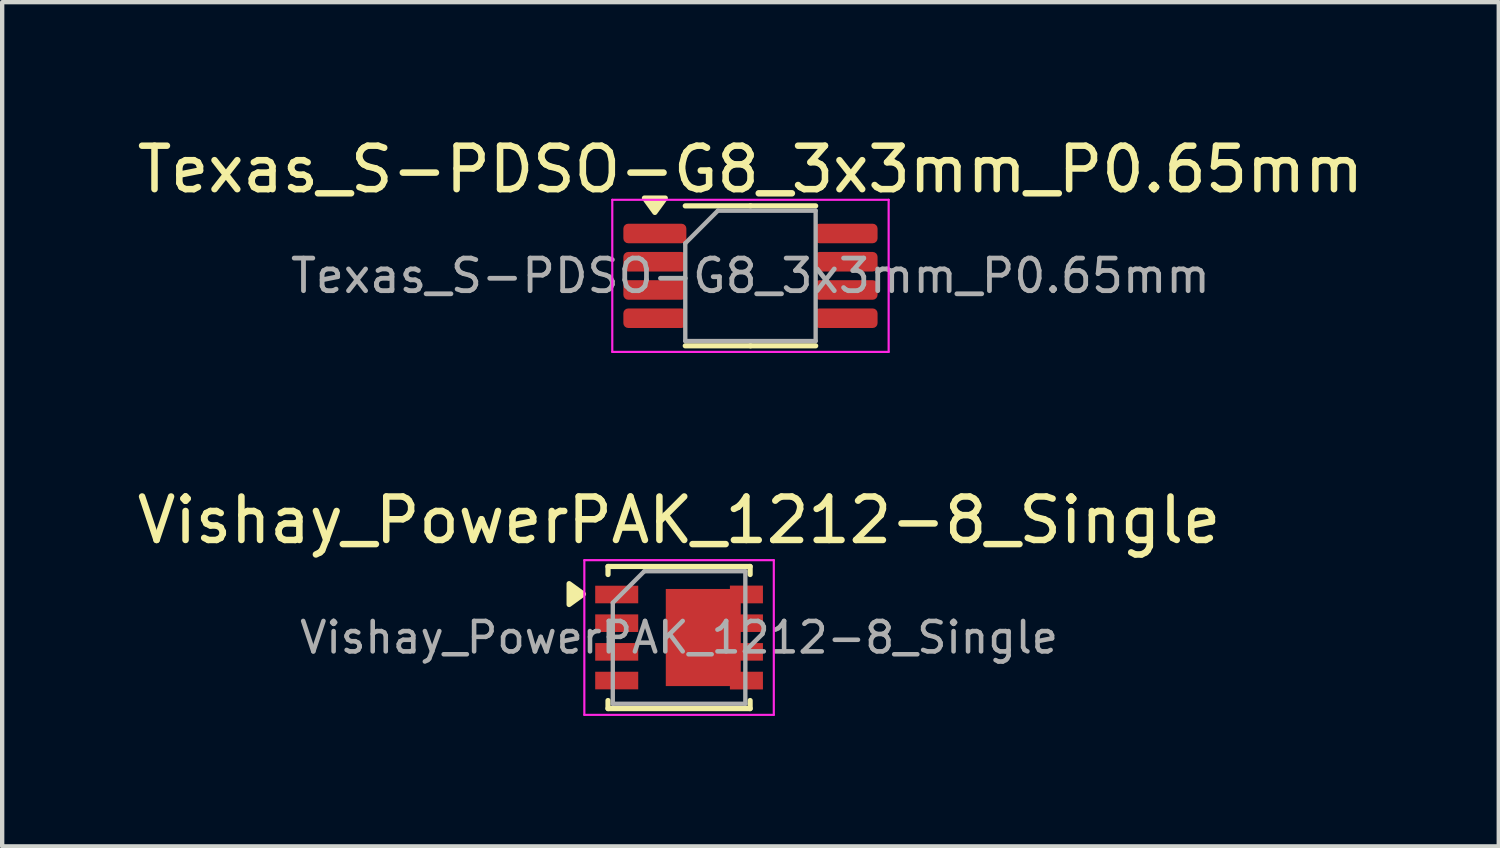
<source format=kicad_pcb>
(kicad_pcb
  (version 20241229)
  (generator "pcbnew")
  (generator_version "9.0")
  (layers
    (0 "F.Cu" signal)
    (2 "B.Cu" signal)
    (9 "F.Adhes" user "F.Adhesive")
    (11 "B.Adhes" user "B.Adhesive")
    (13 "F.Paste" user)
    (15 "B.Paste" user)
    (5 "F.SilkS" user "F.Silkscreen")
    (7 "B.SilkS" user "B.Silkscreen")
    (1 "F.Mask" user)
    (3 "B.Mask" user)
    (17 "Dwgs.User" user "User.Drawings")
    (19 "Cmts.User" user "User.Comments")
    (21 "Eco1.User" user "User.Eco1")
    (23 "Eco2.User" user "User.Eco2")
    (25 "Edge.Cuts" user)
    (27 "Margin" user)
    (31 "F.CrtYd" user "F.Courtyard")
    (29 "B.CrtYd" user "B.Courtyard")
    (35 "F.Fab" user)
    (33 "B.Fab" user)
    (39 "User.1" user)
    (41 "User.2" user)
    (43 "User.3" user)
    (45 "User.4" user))
  (footprint "Vishay_PowerPAK_1212-8_Single"
    (layer "F.Cu")
    (at 12.577 11.621)
    (property "Reference" "Vishay_PowerPAK_1212-8_Single" (at 0 -2.7 0) (layer "F.SilkS") (effects (font (size 1 1) (thickness 0.15))))
    (attr smd)
    (fp_line (start -1.635 -1.635) (end -1.635 -1.45) (stroke (width 0.12) (type solid)) (layer "F.SilkS"))
    (fp_line (start -1.635 -1.635) (end 1.635 -1.635) (stroke (width 0.12) (type solid)) (layer "F.SilkS"))
    (fp_line (start -1.635 1.45) (end -1.635 1.635) (stroke (width 0.12) (type solid)) (layer "F.SilkS"))
    (fp_line (start -1.635 1.635) (end 1.635 1.635) (stroke (width 0.12) (type solid)) (layer "F.SilkS"))
    (fp_line (start 1.635 -1.635) (end 1.635 -1.45) (stroke (width 0.12) (type solid)) (layer "F.SilkS"))
    (fp_line (start 1.635 1.45) (end 1.635 1.635) (stroke (width 0.12) (type solid)) (layer "F.SilkS"))
    (fp_poly (pts (xy -2.2 -1) (xy -2.53 -0.76) (xy -2.53 -1.24) (xy -2.2 -1)) (stroke (width 0.12) (type solid)) (fill yes) (layer "F.SilkS"))
    (fp_line (start -2.18 -1.78) (end -2.18 1.78) (stroke (width 0.05) (type solid)) (layer "F.CrtYd"))
    (fp_line (start -2.18 -1.78) (end 2.18 -1.78) (stroke (width 0.05) (type solid)) (layer "F.CrtYd"))
    (fp_line (start -2.18 1.78) (end 2.18 1.78) (stroke (width 0.05) (type solid)) (layer "F.CrtYd"))
    (fp_line (start 2.18 -1.78) (end 2.18 1.78) (stroke (width 0.05) (type solid)) (layer "F.CrtYd"))
    (fp_line (start -1.525 -0.8) (end -1.525 1.525) (stroke (width 0.1) (type solid)) (layer "F.Fab"))
    (fp_line (start -1.525 -0.8) (end -0.8 -1.525) (stroke (width 0.1) (type solid)) (layer "F.Fab"))
    (fp_line (start -1.525 1.525) (end 1.525 1.525) (stroke (width 0.1) (type solid)) (layer "F.Fab"))
    (fp_line (start -0.8 -1.525) (end 1.525 -1.525) (stroke (width 0.1) (type solid)) (layer "F.Fab"))
    (fp_line (start 1.525 -1.525) (end 1.525 1.525) (stroke (width 0.1) (type solid)) (layer "F.Fab"))
    (fp_text user "${REFERENCE}" (at 0 0 0) (layer "F.Fab") (effects (font (size 0.7 0.7) (thickness 0.105))))
    (pad "1" smd rect (at -1.435 -0.99) (size 0.99 0.405) (layers "F.Cu" "F.Mask" "F.Paste"))
    (pad "2" smd rect (at -1.435 -0.33) (size 0.99 0.405) (layers "F.Cu" "F.Mask" "F.Paste"))
    (pad "3" smd rect (at -1.435 0.33) (size 0.99 0.405) (layers "F.Cu" "F.Mask" "F.Paste"))
    (pad "4" smd rect (at -1.435 0.99) (size 0.99 0.405) (layers "F.Cu" "F.Mask" "F.Paste"))
    (pad "5" smd custom (at 0.557 0) (size 1.725 2.235) (layers "F.Cu" "F.Mask" "F.Paste") (options (anchor rect)) (primitives (gr_poly (pts (xy 1.373 -0.787) (xy 0.863 -0.787) (xy 0.863 -0.532) (xy 1.373 -0.532) (xy 1.373 -0.128) (xy 0.863 -0.128) (xy 0.863 0.128) (xy 1.373 0.128) (xy 1.373 0.532) (xy 0.863 0.532) (xy 0.863 0.787) (xy 1.373 0.787) (xy 1.373 1.195) (xy 0.613 1.195) (xy 0.613 -1.195) (xy 1.373 -1.195)) (width 0) (fill yes)))))
  (footprint "Texas_S-PDSO-G8_3x3mm_P0.65mm"
    (layer "F.Cu")
    (at 14.22 3.298)
    (property "Reference" "Texas_S-PDSO-G8_3x3mm_P0.65mm" (at 0 -2.45 0) (layer "F.SilkS") (effects (font (size 1 1) (thickness 0.15))))
    (attr smd)
    (fp_line (start 0 -1.61) (end -1.5 -1.61) (stroke (width 0.12) (type solid)) (layer "F.SilkS"))
    (fp_line (start 0 -1.61) (end 1.5 -1.61) (stroke (width 0.12) (type solid)) (layer "F.SilkS"))
    (fp_line (start 0 1.61) (end -1.5 1.61) (stroke (width 0.12) (type solid)) (layer "F.SilkS"))
    (fp_line (start 0 1.61) (end 1.5 1.61) (stroke (width 0.12) (type solid)) (layer "F.SilkS"))
    (fp_poly (pts (xy -2.2 -1.46) (xy -2.44 -1.79) (xy -1.96 -1.79) (xy -2.2 -1.46)) (stroke (width 0.12) (type solid)) (fill yes) (layer "F.SilkS"))
    (fp_line (start -3.18 -1.75) (end -3.18 1.75) (stroke (width 0.05) (type solid)) (layer "F.CrtYd"))
    (fp_line (start -3.18 1.75) (end 3.18 1.75) (stroke (width 0.05) (type solid)) (layer "F.CrtYd"))
    (fp_line (start 3.18 -1.75) (end -3.18 -1.75) (stroke (width 0.05) (type solid)) (layer "F.CrtYd"))
    (fp_line (start 3.18 1.75) (end 3.18 -1.75) (stroke (width 0.05) (type solid)) (layer "F.CrtYd"))
    (fp_line (start -1.5 -0.75) (end -0.75 -1.5) (stroke (width 0.1) (type solid)) (layer "F.Fab"))
    (fp_line (start -1.5 1.5) (end -1.5 -0.75) (stroke (width 0.1) (type solid)) (layer "F.Fab"))
    (fp_line (start -0.75 -1.5) (end 1.5 -1.5) (stroke (width 0.1) (type solid)) (layer "F.Fab"))
    (fp_line (start 1.5 -1.5) (end 1.5 1.5) (stroke (width 0.1) (type solid)) (layer "F.Fab"))
    (fp_line (start 1.5 1.5) (end -1.5 1.5) (stroke (width 0.1) (type solid)) (layer "F.Fab"))
    (fp_text user "${REFERENCE}" (at 0 0 0) (layer "F.Fab") (effects (font (size 0.75 0.75) (thickness 0.11))))
    (pad "1" smd roundrect (at -2.2 -0.975) (size 1.45 0.45) (layers "F.Cu" "F.Mask" "F.Paste") (roundrect_rratio 0.25))
    (pad "2" smd roundrect (at -2.2 -0.325) (size 1.45 0.45) (layers "F.Cu" "F.Mask" "F.Paste") (roundrect_rratio 0.25))
    (pad "3" smd roundrect (at -2.2 0.325) (size 1.45 0.45) (layers "F.Cu" "F.Mask" "F.Paste") (roundrect_rratio 0.25))
    (pad "4" smd roundrect (at -2.2 0.975) (size 1.45 0.45) (layers "F.Cu" "F.Mask" "F.Paste") (roundrect_rratio 0.25))
    (pad "5" smd roundrect (at 2.2 0.975) (size 1.45 0.45) (layers "F.Cu" "F.Mask" "F.Paste") (roundrect_rratio 0.25))
    (pad "6" smd roundrect (at 2.2 0.325) (size 1.45 0.45) (layers "F.Cu" "F.Mask" "F.Paste") (roundrect_rratio 0.25))
    (pad "7" smd roundrect (at 2.2 -0.325) (size 1.45 0.45) (layers "F.Cu" "F.Mask" "F.Paste") (roundrect_rratio 0.25))
    (pad "8" smd roundrect (at 2.2 -0.975) (size 1.45 0.45) (layers "F.Cu" "F.Mask" "F.Paste") (roundrect_rratio 0.25)))
  (gr_rect
    (start -3 -3)
    (end 31.44 16.427)
    (stroke (width 0.1) (type default))
    (fill no)
    (layer "Edge.Cuts")))
</source>
